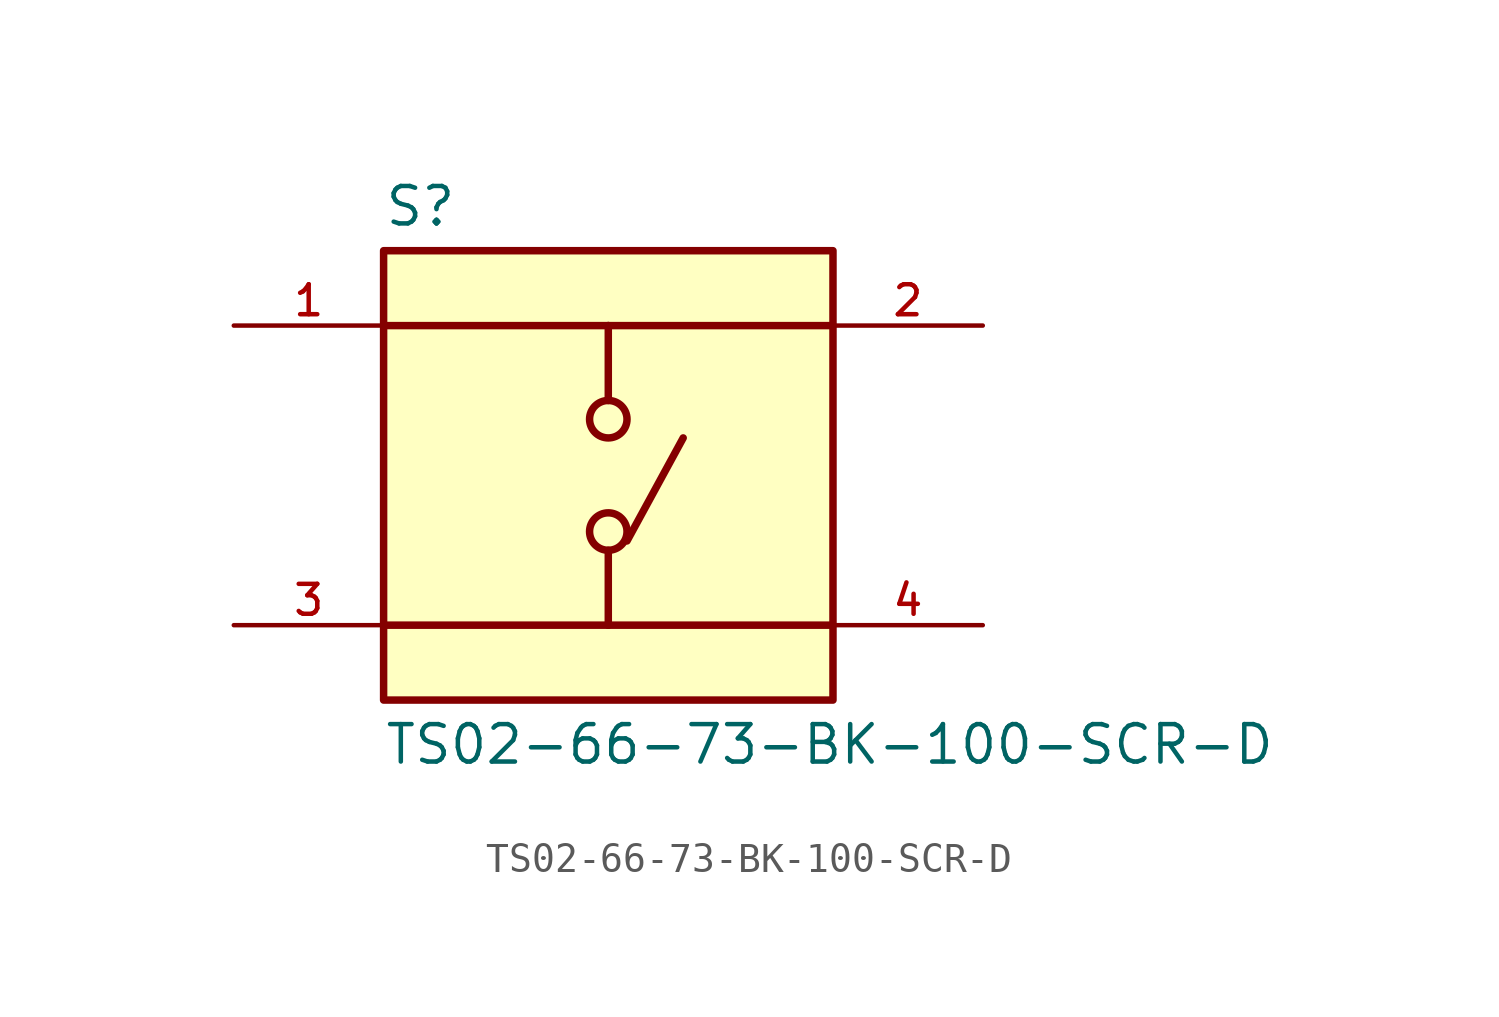
<source format=kicad_sym>
(kicad_symbol_lib
  (version 20211014)
  (generator kicad_symbol_editor)
  (symbol "TS02-66-73-BK-100-SCR-D"
    (pin_names
      (offset 1.016))
    (property "Reference" "S"
      (at -7.62 8.382 0)
      (effects (font (size 1.27 1.27)) (justify bottom left)))
    (property "Value" "TS02-66-73-BK-100-SCR-D"
      (at -7.62 -8.382 0)
      (effects (font (size 1.27 1.27)) (justify top left)))
    (symbol "TS02-66-73-BK-100-SCR-D_0_0"
      (polyline (pts (xy 0.0 5.08) (xy 0.0 2.54)) (stroke (width 0.254)))
      (polyline (pts (xy 0.0 -2.54) (xy 0.0 -5.08)) (stroke (width 0.254)))
      (polyline (pts (xy 0.0 5.08) (xy -7.62 5.08)) (stroke (width 0.254)))
      (polyline (pts (xy 0.0 5.08) (xy 7.62 5.08)) (stroke (width 0.254)))
      (polyline (pts (xy 0.0 -5.08) (xy -7.62 -5.08)) (stroke (width 0.254)))
      (polyline (pts (xy 0.0 -5.08) (xy 7.62 -5.08)) (stroke (width 0.254)))
      (circle (center 0.0 -1.905) (radius 0.635) (stroke (width 0.254)) (fill (type none)))
      (circle (center 0.0 1.905) (radius 0.635) (stroke (width 0.254)) (fill (type none)))
      (polyline (pts (xy 0.635 -2.223) (xy 2.54 1.27)) (stroke (width 0.254)))
      (rectangle (start -7.62 -7.62) (end 7.62 7.62) (stroke (width 0.254)) (fill (type background)))
      (pin passive line (at -12.7 5.08 0) (length 5.08) (name "~" (effects (font (size 1.016 1.016)))) (number "1" (effects (font (size 1.016 1.016)))))
      (pin passive line (at -12.7 -5.08 0) (length 5.08) (name "~" (effects (font (size 1.016 1.016)))) (number "3" (effects (font (size 1.016 1.016)))))
      (pin passive line (at 12.7 5.08 180.0) (length 5.08) (name "~" (effects (font (size 1.016 1.016)))) (number "2" (effects (font (size 1.016 1.016)))))
      (pin passive line (at 12.7 -5.08 180.0) (length 5.08) (name "~" (effects (font (size 1.016 1.016)))) (number "4" (effects (font (size 1.016 1.016))))))))
</source>
